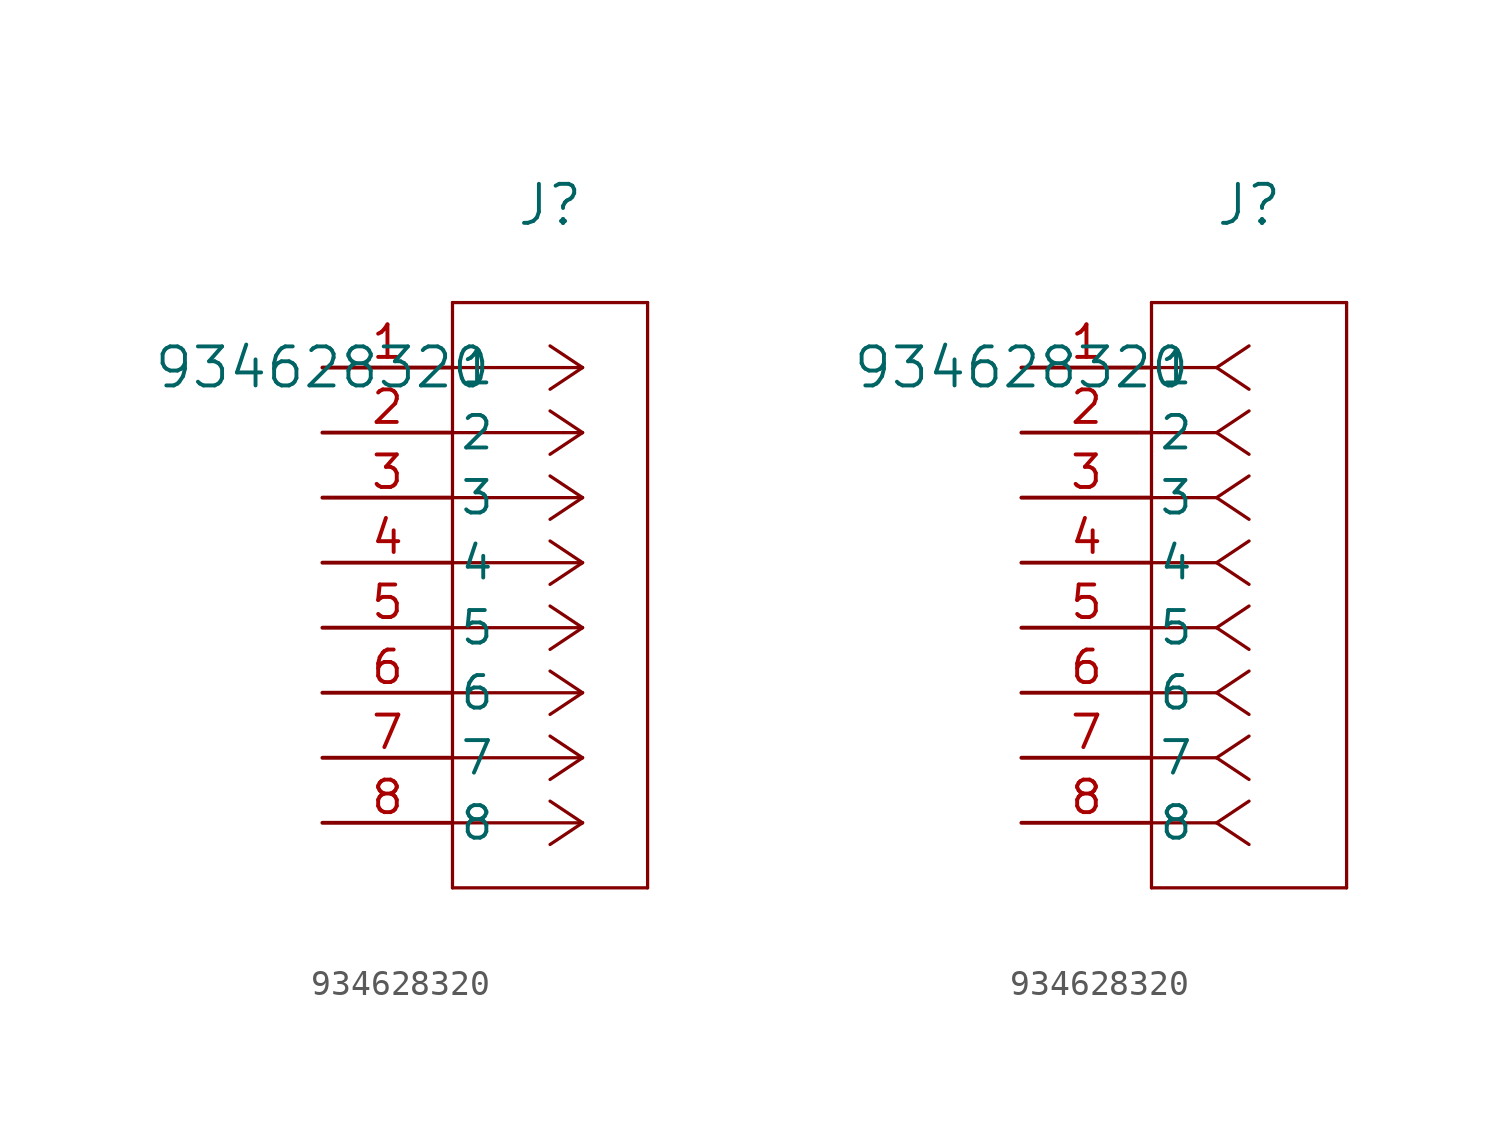
<source format=kicad_sym>
(kicad_symbol_lib
  (version 20211014)
  (generator kicad_symbol_editor)
  (symbol "934628320"
    (pin_names
      (offset 0.254))
    (property "Reference" "J"
      (at 8.89 6.35 0)
      (effects (font (size 1.524 1.524))))
    (property "Value" "934628320"
      (at 0 0 0)
      (effects (font (size 1.524 1.524))))
    (symbol "934628320_1_1"
      (polyline (pts (xy 10.16 0) (xy 5.08 0)) (stroke (width 0.127) (type default) (color 0 0 0 0)) (fill (type none)))
      (polyline (pts (xy 10.16 -2.54) (xy 5.08 -2.54)) (stroke (width 0.127) (type default) (color 0 0 0 0)) (fill (type none)))
      (polyline (pts (xy 10.16 -5.08) (xy 5.08 -5.08)) (stroke (width 0.127) (type default) (color 0 0 0 0)) (fill (type none)))
      (polyline (pts (xy 10.16 -7.62) (xy 5.08 -7.62)) (stroke (width 0.127) (type default) (color 0 0 0 0)) (fill (type none)))
      (polyline (pts (xy 10.16 -10.16) (xy 5.08 -10.16)) (stroke (width 0.127) (type default) (color 0 0 0 0)) (fill (type none)))
      (polyline (pts (xy 10.16 -12.7) (xy 5.08 -12.7)) (stroke (width 0.127) (type default) (color 0 0 0 0)) (fill (type none)))
      (polyline (pts (xy 10.16 -15.24) (xy 5.08 -15.24)) (stroke (width 0.127) (type default) (color 0 0 0 0)) (fill (type none)))
      (polyline (pts (xy 10.16 -17.78) (xy 5.08 -17.78)) (stroke (width 0.127) (type default) (color 0 0 0 0)) (fill (type none)))
      (polyline (pts (xy 10.16 0) (xy 8.89 0.847)) (stroke (width 0.127) (type default) (color 0 0 0 0)) (fill (type none)))
      (polyline (pts (xy 10.16 -2.54) (xy 8.89 -1.693)) (stroke (width 0.127) (type default) (color 0 0 0 0)) (fill (type none)))
      (polyline (pts (xy 10.16 -5.08) (xy 8.89 -4.233)) (stroke (width 0.127) (type default) (color 0 0 0 0)) (fill (type none)))
      (polyline (pts (xy 10.16 -7.62) (xy 8.89 -6.773)) (stroke (width 0.127) (type default) (color 0 0 0 0)) (fill (type none)))
      (polyline (pts (xy 10.16 -10.16) (xy 8.89 -9.313)) (stroke (width 0.127) (type default) (color 0 0 0 0)) (fill (type none)))
      (polyline (pts (xy 10.16 -12.7) (xy 8.89 -11.853)) (stroke (width 0.127) (type default) (color 0 0 0 0)) (fill (type none)))
      (polyline (pts (xy 10.16 -15.24) (xy 8.89 -14.393)) (stroke (width 0.127) (type default) (color 0 0 0 0)) (fill (type none)))
      (polyline (pts (xy 10.16 -17.78) (xy 8.89 -16.933)) (stroke (width 0.127) (type default) (color 0 0 0 0)) (fill (type none)))
      (polyline (pts (xy 10.16 0) (xy 8.89 -0.847)) (stroke (width 0.127) (type default) (color 0 0 0 0)) (fill (type none)))
      (polyline (pts (xy 10.16 -2.54) (xy 8.89 -3.387)) (stroke (width 0.127) (type default) (color 0 0 0 0)) (fill (type none)))
      (polyline (pts (xy 10.16 -5.08) (xy 8.89 -5.927)) (stroke (width 0.127) (type default) (color 0 0 0 0)) (fill (type none)))
      (polyline (pts (xy 10.16 -7.62) (xy 8.89 -8.467)) (stroke (width 0.127) (type default) (color 0 0 0 0)) (fill (type none)))
      (polyline (pts (xy 10.16 -10.16) (xy 8.89 -11.007)) (stroke (width 0.127) (type default) (color 0 0 0 0)) (fill (type none)))
      (polyline (pts (xy 10.16 -12.7) (xy 8.89 -13.547)) (stroke (width 0.127) (type default) (color 0 0 0 0)) (fill (type none)))
      (polyline (pts (xy 10.16 -15.24) (xy 8.89 -16.087)) (stroke (width 0.127) (type default) (color 0 0 0 0)) (fill (type none)))
      (polyline (pts (xy 10.16 -17.78) (xy 8.89 -18.627)) (stroke (width 0.127) (type default) (color 0 0 0 0)) (fill (type none)))
      (polyline (pts (xy 5.08 2.54) (xy 5.08 -20.32)) (stroke (width 0.127) (type default) (color 0 0 0 0)) (fill (type none)))
      (polyline (pts (xy 5.08 -20.32) (xy 12.7 -20.32)) (stroke (width 0.127) (type default) (color 0 0 0 0)) (fill (type none)))
      (polyline (pts (xy 12.7 -20.32) (xy 12.7 2.54)) (stroke (width 0.127) (type default) (color 0 0 0 0)) (fill (type none)))
      (polyline (pts (xy 12.7 2.54) (xy 5.08 2.54)) (stroke (width 0.127) (type default) (color 0 0 0 0)) (fill (type none)))
      (pin unspecified line (at 0 0 0) (length 5.08) (name "1" (effects (font (size 1.27 1.27)))) (number "1" (effects (font (size 1.27 1.27)))))
      (pin unspecified line (at 0 -2.54 0) (length 5.08) (name "2" (effects (font (size 1.27 1.27)))) (number "2" (effects (font (size 1.27 1.27)))))
      (pin unspecified line (at 0 -5.08 0) (length 5.08) (name "3" (effects (font (size 1.27 1.27)))) (number "3" (effects (font (size 1.27 1.27)))))
      (pin unspecified line (at 0 -7.62 0) (length 5.08) (name "4" (effects (font (size 1.27 1.27)))) (number "4" (effects (font (size 1.27 1.27)))))
      (pin unspecified line (at 0 -10.16 0) (length 5.08) (name "5" (effects (font (size 1.27 1.27)))) (number "5" (effects (font (size 1.27 1.27)))))
      (pin unspecified line (at 0 -12.7 0) (length 5.08) (name "6" (effects (font (size 1.27 1.27)))) (number "6" (effects (font (size 1.27 1.27)))))
      (pin unspecified line (at 0 -15.24 0) (length 5.08) (name "7" (effects (font (size 1.27 1.27)))) (number "7" (effects (font (size 1.27 1.27)))))
      (pin unspecified line (at 0 -17.78 0) (length 5.08) (name "8" (effects (font (size 1.27 1.27)))) (number "8" (effects (font (size 1.27 1.27))))))
    (symbol "934628320_1_2"
      (polyline (pts (xy 7.62 0) (xy 5.08 0)) (stroke (width 0.127) (type default) (color 0 0 0 0)) (fill (type none)))
      (polyline (pts (xy 7.62 -2.54) (xy 5.08 -2.54)) (stroke (width 0.127) (type default) (color 0 0 0 0)) (fill (type none)))
      (polyline (pts (xy 7.62 -5.08) (xy 5.08 -5.08)) (stroke (width 0.127) (type default) (color 0 0 0 0)) (fill (type none)))
      (polyline (pts (xy 7.62 -7.62) (xy 5.08 -7.62)) (stroke (width 0.127) (type default) (color 0 0 0 0)) (fill (type none)))
      (polyline (pts (xy 7.62 -10.16) (xy 5.08 -10.16)) (stroke (width 0.127) (type default) (color 0 0 0 0)) (fill (type none)))
      (polyline (pts (xy 7.62 -12.7) (xy 5.08 -12.7)) (stroke (width 0.127) (type default) (color 0 0 0 0)) (fill (type none)))
      (polyline (pts (xy 7.62 -15.24) (xy 5.08 -15.24)) (stroke (width 0.127) (type default) (color 0 0 0 0)) (fill (type none)))
      (polyline (pts (xy 7.62 -17.78) (xy 5.08 -17.78)) (stroke (width 0.127) (type default) (color 0 0 0 0)) (fill (type none)))
      (polyline (pts (xy 7.62 0) (xy 8.89 0.847)) (stroke (width 0.127) (type default) (color 0 0 0 0)) (fill (type none)))
      (polyline (pts (xy 7.62 -2.54) (xy 8.89 -1.693)) (stroke (width 0.127) (type default) (color 0 0 0 0)) (fill (type none)))
      (polyline (pts (xy 7.62 -5.08) (xy 8.89 -4.233)) (stroke (width 0.127) (type default) (color 0 0 0 0)) (fill (type none)))
      (polyline (pts (xy 7.62 -7.62) (xy 8.89 -6.773)) (stroke (width 0.127) (type default) (color 0 0 0 0)) (fill (type none)))
      (polyline (pts (xy 7.62 -10.16) (xy 8.89 -9.313)) (stroke (width 0.127) (type default) (color 0 0 0 0)) (fill (type none)))
      (polyline (pts (xy 7.62 -12.7) (xy 8.89 -11.853)) (stroke (width 0.127) (type default) (color 0 0 0 0)) (fill (type none)))
      (polyline (pts (xy 7.62 -15.24) (xy 8.89 -14.393)) (stroke (width 0.127) (type default) (color 0 0 0 0)) (fill (type none)))
      (polyline (pts (xy 7.62 -17.78) (xy 8.89 -16.933)) (stroke (width 0.127) (type default) (color 0 0 0 0)) (fill (type none)))
      (polyline (pts (xy 7.62 0) (xy 8.89 -0.847)) (stroke (width 0.127) (type default) (color 0 0 0 0)) (fill (type none)))
      (polyline (pts (xy 7.62 -2.54) (xy 8.89 -3.387)) (stroke (width 0.127) (type default) (color 0 0 0 0)) (fill (type none)))
      (polyline (pts (xy 7.62 -5.08) (xy 8.89 -5.927)) (stroke (width 0.127) (type default) (color 0 0 0 0)) (fill (type none)))
      (polyline (pts (xy 7.62 -7.62) (xy 8.89 -8.467)) (stroke (width 0.127) (type default) (color 0 0 0 0)) (fill (type none)))
      (polyline (pts (xy 7.62 -10.16) (xy 8.89 -11.007)) (stroke (width 0.127) (type default) (color 0 0 0 0)) (fill (type none)))
      (polyline (pts (xy 7.62 -12.7) (xy 8.89 -13.547)) (stroke (width 0.127) (type default) (color 0 0 0 0)) (fill (type none)))
      (polyline (pts (xy 7.62 -15.24) (xy 8.89 -16.087)) (stroke (width 0.127) (type default) (color 0 0 0 0)) (fill (type none)))
      (polyline (pts (xy 7.62 -17.78) (xy 8.89 -18.627)) (stroke (width 0.127) (type default) (color 0 0 0 0)) (fill (type none)))
      (polyline (pts (xy 5.08 2.54) (xy 5.08 -20.32)) (stroke (width 0.127) (type default) (color 0 0 0 0)) (fill (type none)))
      (polyline (pts (xy 5.08 -20.32) (xy 12.7 -20.32)) (stroke (width 0.127) (type default) (color 0 0 0 0)) (fill (type none)))
      (polyline (pts (xy 12.7 -20.32) (xy 12.7 2.54)) (stroke (width 0.127) (type default) (color 0 0 0 0)) (fill (type none)))
      (polyline (pts (xy 12.7 2.54) (xy 5.08 2.54)) (stroke (width 0.127) (type default) (color 0 0 0 0)) (fill (type none)))
      (pin unspecified line (at 0 0 0) (length 5.08) (name "1" (effects (font (size 1.27 1.27)))) (number "1" (effects (font (size 1.27 1.27)))))
      (pin unspecified line (at 0 -2.54 0) (length 5.08) (name "2" (effects (font (size 1.27 1.27)))) (number "2" (effects (font (size 1.27 1.27)))))
      (pin unspecified line (at 0 -5.08 0) (length 5.08) (name "3" (effects (font (size 1.27 1.27)))) (number "3" (effects (font (size 1.27 1.27)))))
      (pin unspecified line (at 0 -7.62 0) (length 5.08) (name "4" (effects (font (size 1.27 1.27)))) (number "4" (effects (font (size 1.27 1.27)))))
      (pin unspecified line (at 0 -10.16 0) (length 5.08) (name "5" (effects (font (size 1.27 1.27)))) (number "5" (effects (font (size 1.27 1.27)))))
      (pin unspecified line (at 0 -12.7 0) (length 5.08) (name "6" (effects (font (size 1.27 1.27)))) (number "6" (effects (font (size 1.27 1.27)))))
      (pin unspecified line (at 0 -15.24 0) (length 5.08) (name "7" (effects (font (size 1.27 1.27)))) (number "7" (effects (font (size 1.27 1.27)))))
      (pin unspecified line (at 0 -17.78 0) (length 5.08) (name "8" (effects (font (size 1.27 1.27)))) (number "8" (effects (font (size 1.27 1.27))))))))
</source>
